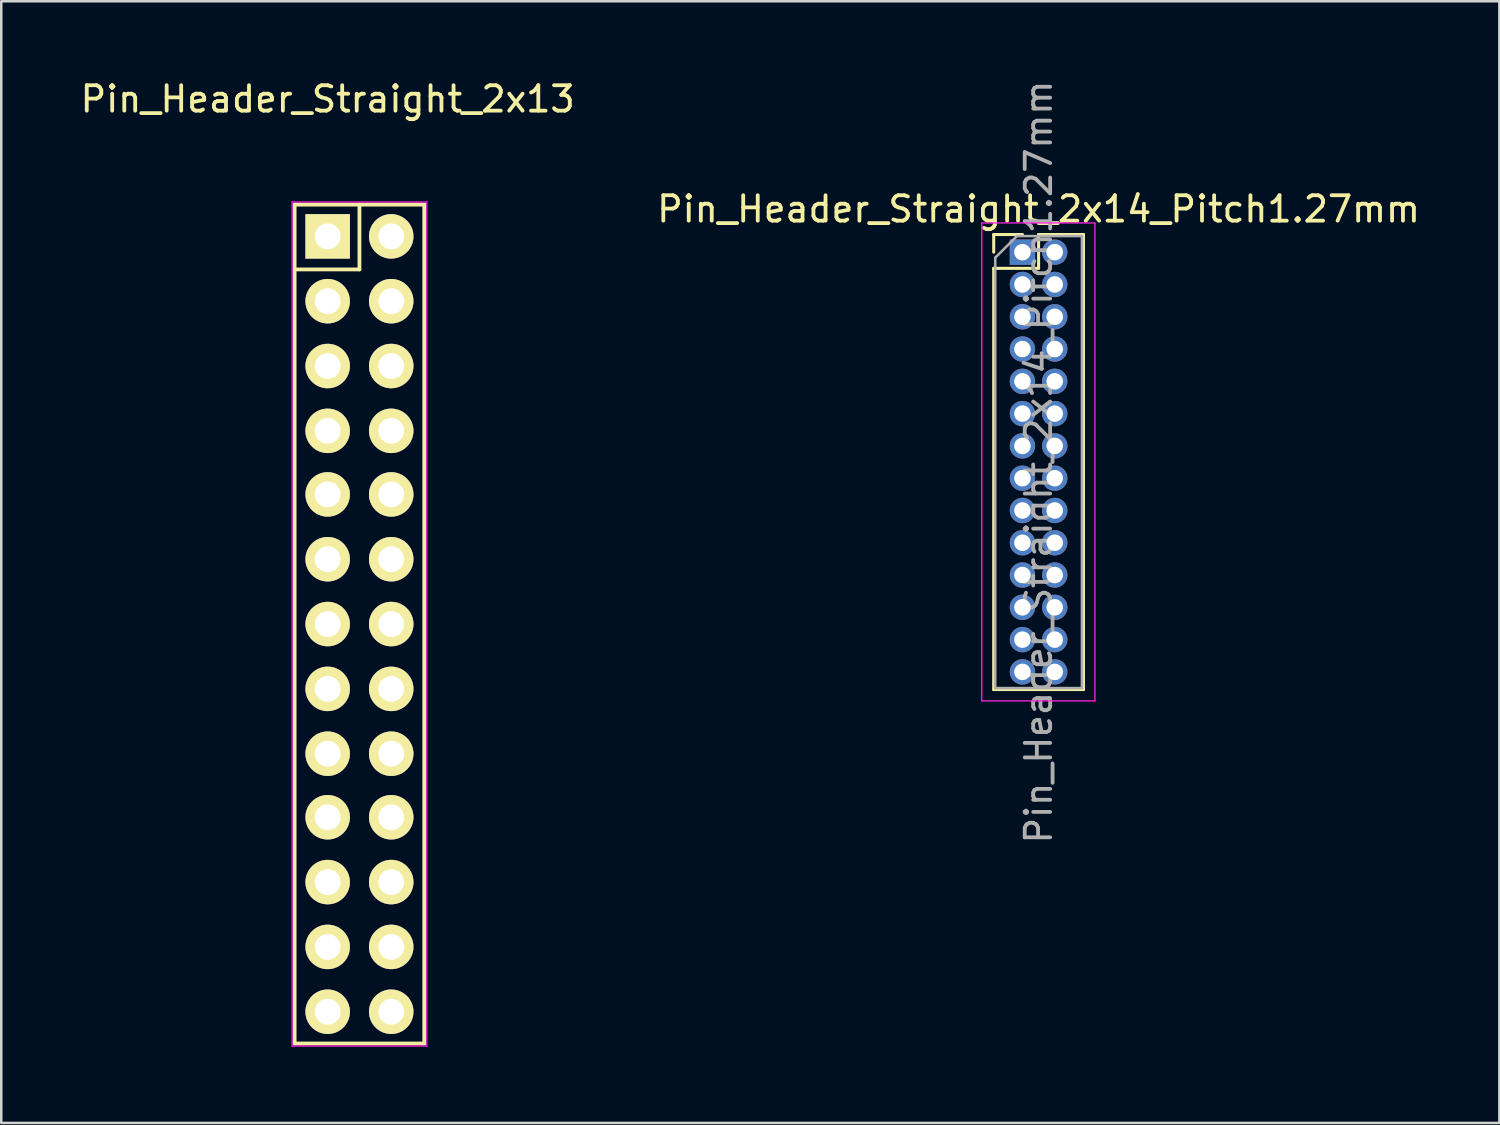
<source format=kicad_pcb>
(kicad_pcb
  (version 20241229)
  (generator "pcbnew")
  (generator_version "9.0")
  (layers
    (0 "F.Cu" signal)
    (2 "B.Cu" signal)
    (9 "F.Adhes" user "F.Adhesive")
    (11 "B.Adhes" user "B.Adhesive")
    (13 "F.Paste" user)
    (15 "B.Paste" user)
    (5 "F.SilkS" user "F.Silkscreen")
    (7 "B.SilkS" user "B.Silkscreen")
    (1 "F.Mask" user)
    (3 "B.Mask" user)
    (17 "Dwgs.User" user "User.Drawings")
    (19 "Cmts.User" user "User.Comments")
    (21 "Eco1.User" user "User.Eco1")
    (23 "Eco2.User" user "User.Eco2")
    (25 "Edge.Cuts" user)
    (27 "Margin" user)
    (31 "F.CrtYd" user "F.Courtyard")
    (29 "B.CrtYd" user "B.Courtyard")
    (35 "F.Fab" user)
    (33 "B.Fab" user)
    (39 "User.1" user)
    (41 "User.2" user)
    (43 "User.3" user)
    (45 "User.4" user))
  (footprint "Pin_Header_Straight_2x14_Pitch1.27mm"
    (layer "F.Cu")
    (at 37.169 6.87)
    (property "Reference" "Pin_Header_Straight_2x14_Pitch1.27mm" (at 0.635 -1.695 0) (layer "F.SilkS") (effects (font (size 1 1) (thickness 0.15))))
    (attr through_hole)
    (fp_line (start -1.13 -0.695) (end 0 -0.695) (stroke (width 0.12) (type solid)) (layer "F.SilkS"))
    (fp_line (start -1.13 0) (end -1.13 -0.695) (stroke (width 0.12) (type solid)) (layer "F.SilkS"))
    (fp_line (start -1.13 0.635) (end -1.13 17.205) (stroke (width 0.12) (type solid)) (layer "F.SilkS"))
    (fp_line (start -1.13 17.205) (end 2.4 17.205) (stroke (width 0.12) (type solid)) (layer "F.SilkS"))
    (fp_line (start 0.635 -0.695) (end 0.635 0.635) (stroke (width 0.12) (type solid)) (layer "F.SilkS"))
    (fp_line (start 0.635 0.635) (end -1.13 0.635) (stroke (width 0.12) (type solid)) (layer "F.SilkS"))
    (fp_line (start 2.4 -0.695) (end 0.635 -0.695) (stroke (width 0.12) (type solid)) (layer "F.SilkS"))
    (fp_line (start 2.4 17.205) (end 2.4 -0.695) (stroke (width 0.12) (type solid)) (layer "F.SilkS"))
    (fp_line (start -1.6 -1.15) (end -1.6 17.65) (stroke (width 0.05) (type solid)) (layer "F.CrtYd"))
    (fp_line (start -1.6 17.65) (end 2.85 17.65) (stroke (width 0.05) (type solid)) (layer "F.CrtYd"))
    (fp_line (start 2.85 -1.15) (end -1.6 -1.15) (stroke (width 0.05) (type solid)) (layer "F.CrtYd"))
    (fp_line (start 2.85 17.65) (end 2.85 -1.15) (stroke (width 0.05) (type solid)) (layer "F.CrtYd"))
    (fp_line (start -1.07 0.217) (end -0.217 -0.635) (stroke (width 0.1) (type solid)) (layer "F.Fab"))
    (fp_line (start -1.07 17.145) (end -1.07 0.217) (stroke (width 0.1) (type solid)) (layer "F.Fab"))
    (fp_line (start -0.217 -0.635) (end 2.34 -0.635) (stroke (width 0.1) (type solid)) (layer "F.Fab"))
    (fp_line (start 2.34 -0.635) (end 2.34 17.145) (stroke (width 0.1) (type solid)) (layer "F.Fab"))
    (fp_line (start 2.34 17.145) (end -1.07 17.145) (stroke (width 0.1) (type solid)) (layer "F.Fab"))
    (fp_text user "${REFERENCE}" (at 0.635 8.255 90) (layer "F.Fab") (effects (font (size 1 1) (thickness 0.15))))
    (pad "1" thru_hole rect (at 0 0) (size 1 1) (drill 0.65) (layers "*.Cu" "*.Mask"))
    (pad "2" thru_hole oval (at 1.27 0) (size 1 1) (drill 0.65) (layers "*.Cu" "*.Mask"))
    (pad "3" thru_hole oval (at 0 1.27) (size 1 1) (drill 0.65) (layers "*.Cu" "*.Mask"))
    (pad "4" thru_hole oval (at 1.27 1.27) (size 1 1) (drill 0.65) (layers "*.Cu" "*.Mask"))
    (pad "5" thru_hole oval (at 0 2.54) (size 1 1) (drill 0.65) (layers "*.Cu" "*.Mask"))
    (pad "6" thru_hole oval (at 1.27 2.54) (size 1 1) (drill 0.65) (layers "*.Cu" "*.Mask"))
    (pad "7" thru_hole oval (at 0 3.81) (size 1 1) (drill 0.65) (layers "*.Cu" "*.Mask"))
    (pad "8" thru_hole oval (at 1.27 3.81) (size 1 1) (drill 0.65) (layers "*.Cu" "*.Mask"))
    (pad "9" thru_hole oval (at 0 5.08) (size 1 1) (drill 0.65) (layers "*.Cu" "*.Mask"))
    (pad "10" thru_hole oval (at 1.27 5.08) (size 1 1) (drill 0.65) (layers "*.Cu" "*.Mask"))
    (pad "11" thru_hole oval (at 0 6.35) (size 1 1) (drill 0.65) (layers "*.Cu" "*.Mask"))
    (pad "12" thru_hole oval (at 1.27 6.35) (size 1 1) (drill 0.65) (layers "*.Cu" "*.Mask"))
    (pad "13" thru_hole oval (at 0 7.62) (size 1 1) (drill 0.65) (layers "*.Cu" "*.Mask"))
    (pad "14" thru_hole oval (at 1.27 7.62) (size 1 1) (drill 0.65) (layers "*.Cu" "*.Mask"))
    (pad "15" thru_hole oval (at 0 8.89) (size 1 1) (drill 0.65) (layers "*.Cu" "*.Mask"))
    (pad "16" thru_hole oval (at 1.27 8.89) (size 1 1) (drill 0.65) (layers "*.Cu" "*.Mask"))
    (pad "17" thru_hole oval (at 0 10.16) (size 1 1) (drill 0.65) (layers "*.Cu" "*.Mask"))
    (pad "18" thru_hole oval (at 1.27 10.16) (size 1 1) (drill 0.65) (layers "*.Cu" "*.Mask"))
    (pad "19" thru_hole oval (at 0 11.43) (size 1 1) (drill 0.65) (layers "*.Cu" "*.Mask"))
    (pad "20" thru_hole oval (at 1.27 11.43) (size 1 1) (drill 0.65) (layers "*.Cu" "*.Mask"))
    (pad "21" thru_hole oval (at 0 12.7) (size 1 1) (drill 0.65) (layers "*.Cu" "*.Mask"))
    (pad "22" thru_hole oval (at 1.27 12.7) (size 1 1) (drill 0.65) (layers "*.Cu" "*.Mask"))
    (pad "23" thru_hole oval (at 0 13.97) (size 1 1) (drill 0.65) (layers "*.Cu" "*.Mask"))
    (pad "24" thru_hole oval (at 1.27 13.97) (size 1 1) (drill 0.65) (layers "*.Cu" "*.Mask"))
    (pad "25" thru_hole oval (at 0 15.24) (size 1 1) (drill 0.65) (layers "*.Cu" "*.Mask"))
    (pad "26" thru_hole oval (at 1.27 15.24) (size 1 1) (drill 0.65) (layers "*.Cu" "*.Mask"))
    (pad "27" thru_hole oval (at 0 16.51) (size 1 1) (drill 0.65) (layers "*.Cu" "*.Mask"))
    (pad "28" thru_hole oval (at 1.27 16.51) (size 1 1) (drill 0.65) (layers "*.Cu" "*.Mask")))
  (footprint "Pin_Header_Straight_2x13"
    (layer "F.Cu")
    (at 9.839 6.248)
    (property "Reference" "Pin_Header_Straight_2x13" (at 0 -5.4 0) (layer "F.SilkS") (effects (font (size 1 1) (thickness 0.15))))
    (attr through_hole)
    (fp_line (start -1.3 -1.25) (end -1.3 1.3) (stroke (width 0.15) (type solid)) (layer "F.SilkS"))
    (fp_line (start -1.3 -1.25) (end 1.25 -1.25) (stroke (width 0.15) (type solid)) (layer "F.SilkS"))
    (fp_line (start -1.3 1.3) (end -1.3 31.75) (stroke (width 0.15) (type solid)) (layer "F.SilkS"))
    (fp_line (start 1.25 -1.25) (end 1.25 1.3) (stroke (width 0.15) (type solid)) (layer "F.SilkS"))
    (fp_line (start 1.25 1.3) (end -1.3 1.3) (stroke (width 0.15) (type solid)) (layer "F.SilkS"))
    (fp_line (start 3.8 -1.25) (end 1.25 -1.25) (stroke (width 0.15) (type solid)) (layer "F.SilkS"))
    (fp_line (start 3.8 -1.25) (end 3.8 31.75) (stroke (width 0.15) (type solid)) (layer "F.SilkS"))
    (fp_line (start 3.8 31.75) (end -1.3 31.75) (stroke (width 0.15) (type solid)) (layer "F.SilkS"))
    (fp_line (start -1.4 -1.35) (end -1.4 31.85) (stroke (width 0.05) (type solid)) (layer "F.CrtYd"))
    (fp_line (start -1.4 -1.35) (end 3.9 -1.35) (stroke (width 0.05) (type solid)) (layer "F.CrtYd"))
    (fp_line (start -1.4 31.85) (end 3.9 31.85) (stroke (width 0.05) (type solid)) (layer "F.CrtYd"))
    (fp_line (start 3.9 -1.35) (end 3.9 31.85) (stroke (width 0.05) (type solid)) (layer "F.CrtYd"))
    (pad "1" thru_hole rect (at 0 0) (size 1.75 1.75) (drill 1.016) (layers "*.Cu" "*.Mask" "F.SilkS"))
    (pad "2" thru_hole oval (at 2.5 0) (size 1.75 1.75) (drill 1.016) (layers "*.Cu" "*.Mask" "F.SilkS"))
    (pad "3" thru_hole oval (at 0 2.55) (size 1.75 1.75) (drill 1.016) (layers "*.Cu" "*.Mask" "F.SilkS"))
    (pad "4" thru_hole oval (at 2.5 2.55) (size 1.75 1.75) (drill 1.016) (layers "*.Cu" "*.Mask" "F.SilkS"))
    (pad "5" thru_hole oval (at 0 5.1) (size 1.75 1.75) (drill 1.016) (layers "*.Cu" "*.Mask" "F.SilkS"))
    (pad "6" thru_hole oval (at 2.5 5.1) (size 1.75 1.75) (drill 1.016) (layers "*.Cu" "*.Mask" "F.SilkS"))
    (pad "7" thru_hole oval (at 0 7.65) (size 1.75 1.75) (drill 1.016) (layers "*.Cu" "*.Mask" "F.SilkS"))
    (pad "8" thru_hole oval (at 2.5 7.65) (size 1.75 1.75) (drill 1.016) (layers "*.Cu" "*.Mask" "F.SilkS"))
    (pad "9" thru_hole oval (at 0 10.15) (size 1.75 1.75) (drill 1.016) (layers "*.Cu" "*.Mask" "F.SilkS"))
    (pad "10" thru_hole oval (at 2.5 10.15) (size 1.75 1.75) (drill 1.016) (layers "*.Cu" "*.Mask" "F.SilkS"))
    (pad "11" thru_hole oval (at 0 12.7) (size 1.75 1.75) (drill 1.016) (layers "*.Cu" "*.Mask" "F.SilkS"))
    (pad "12" thru_hole oval (at 2.5 12.7) (size 1.75 1.75) (drill 1.016) (layers "*.Cu" "*.Mask" "F.SilkS"))
    (pad "13" thru_hole oval (at 0 15.25) (size 1.75 1.75) (drill 1.016) (layers "*.Cu" "*.Mask" "F.SilkS"))
    (pad "14" thru_hole oval (at 2.5 15.25) (size 1.75 1.75) (drill 1.016) (layers "*.Cu" "*.Mask" "F.SilkS"))
    (pad "15" thru_hole oval (at 0 17.8) (size 1.75 1.75) (drill 1.016) (layers "*.Cu" "*.Mask" "F.SilkS"))
    (pad "16" thru_hole oval (at 2.5 17.8) (size 1.75 1.75) (drill 1.016) (layers "*.Cu" "*.Mask" "F.SilkS"))
    (pad "17" thru_hole oval (at 0 20.35) (size 1.75 1.75) (drill 1.016) (layers "*.Cu" "*.Mask" "F.SilkS"))
    (pad "18" thru_hole oval (at 2.5 20.35) (size 1.75 1.75) (drill 1.016) (layers "*.Cu" "*.Mask" "F.SilkS"))
    (pad "19" thru_hole oval (at 0 22.85) (size 1.75 1.75) (drill 1.016) (layers "*.Cu" "*.Mask" "F.SilkS"))
    (pad "20" thru_hole oval (at 2.5 22.85) (size 1.75 1.75) (drill 1.016) (layers "*.Cu" "*.Mask" "F.SilkS"))
    (pad "21" thru_hole oval (at 0 25.4) (size 1.75 1.75) (drill 1.016) (layers "*.Cu" "*.Mask" "F.SilkS"))
    (pad "22" thru_hole oval (at 2.5 25.4) (size 1.75 1.75) (drill 1.016) (layers "*.Cu" "*.Mask" "F.SilkS"))
    (pad "23" thru_hole oval (at 0 27.95) (size 1.75 1.75) (drill 1.016) (layers "*.Cu" "*.Mask" "F.SilkS"))
    (pad "24" thru_hole oval (at 2.5 27.95) (size 1.75 1.75) (drill 1.016) (layers "*.Cu" "*.Mask" "F.SilkS"))
    (pad "25" thru_hole oval (at 0 30.5) (size 1.75 1.75) (drill 1.016) (layers "*.Cu" "*.Mask" "F.SilkS"))
    (pad "26" thru_hole oval (at 2.5 30.5) (size 1.75 1.75) (drill 1.016) (layers "*.Cu" "*.Mask" "F.SilkS")))
  (gr_rect
    (start -3 -3)
    (end 55.929 41.123)
    (stroke (width 0.1) (type default))
    (fill no)
    (layer "Edge.Cuts")))
</source>
